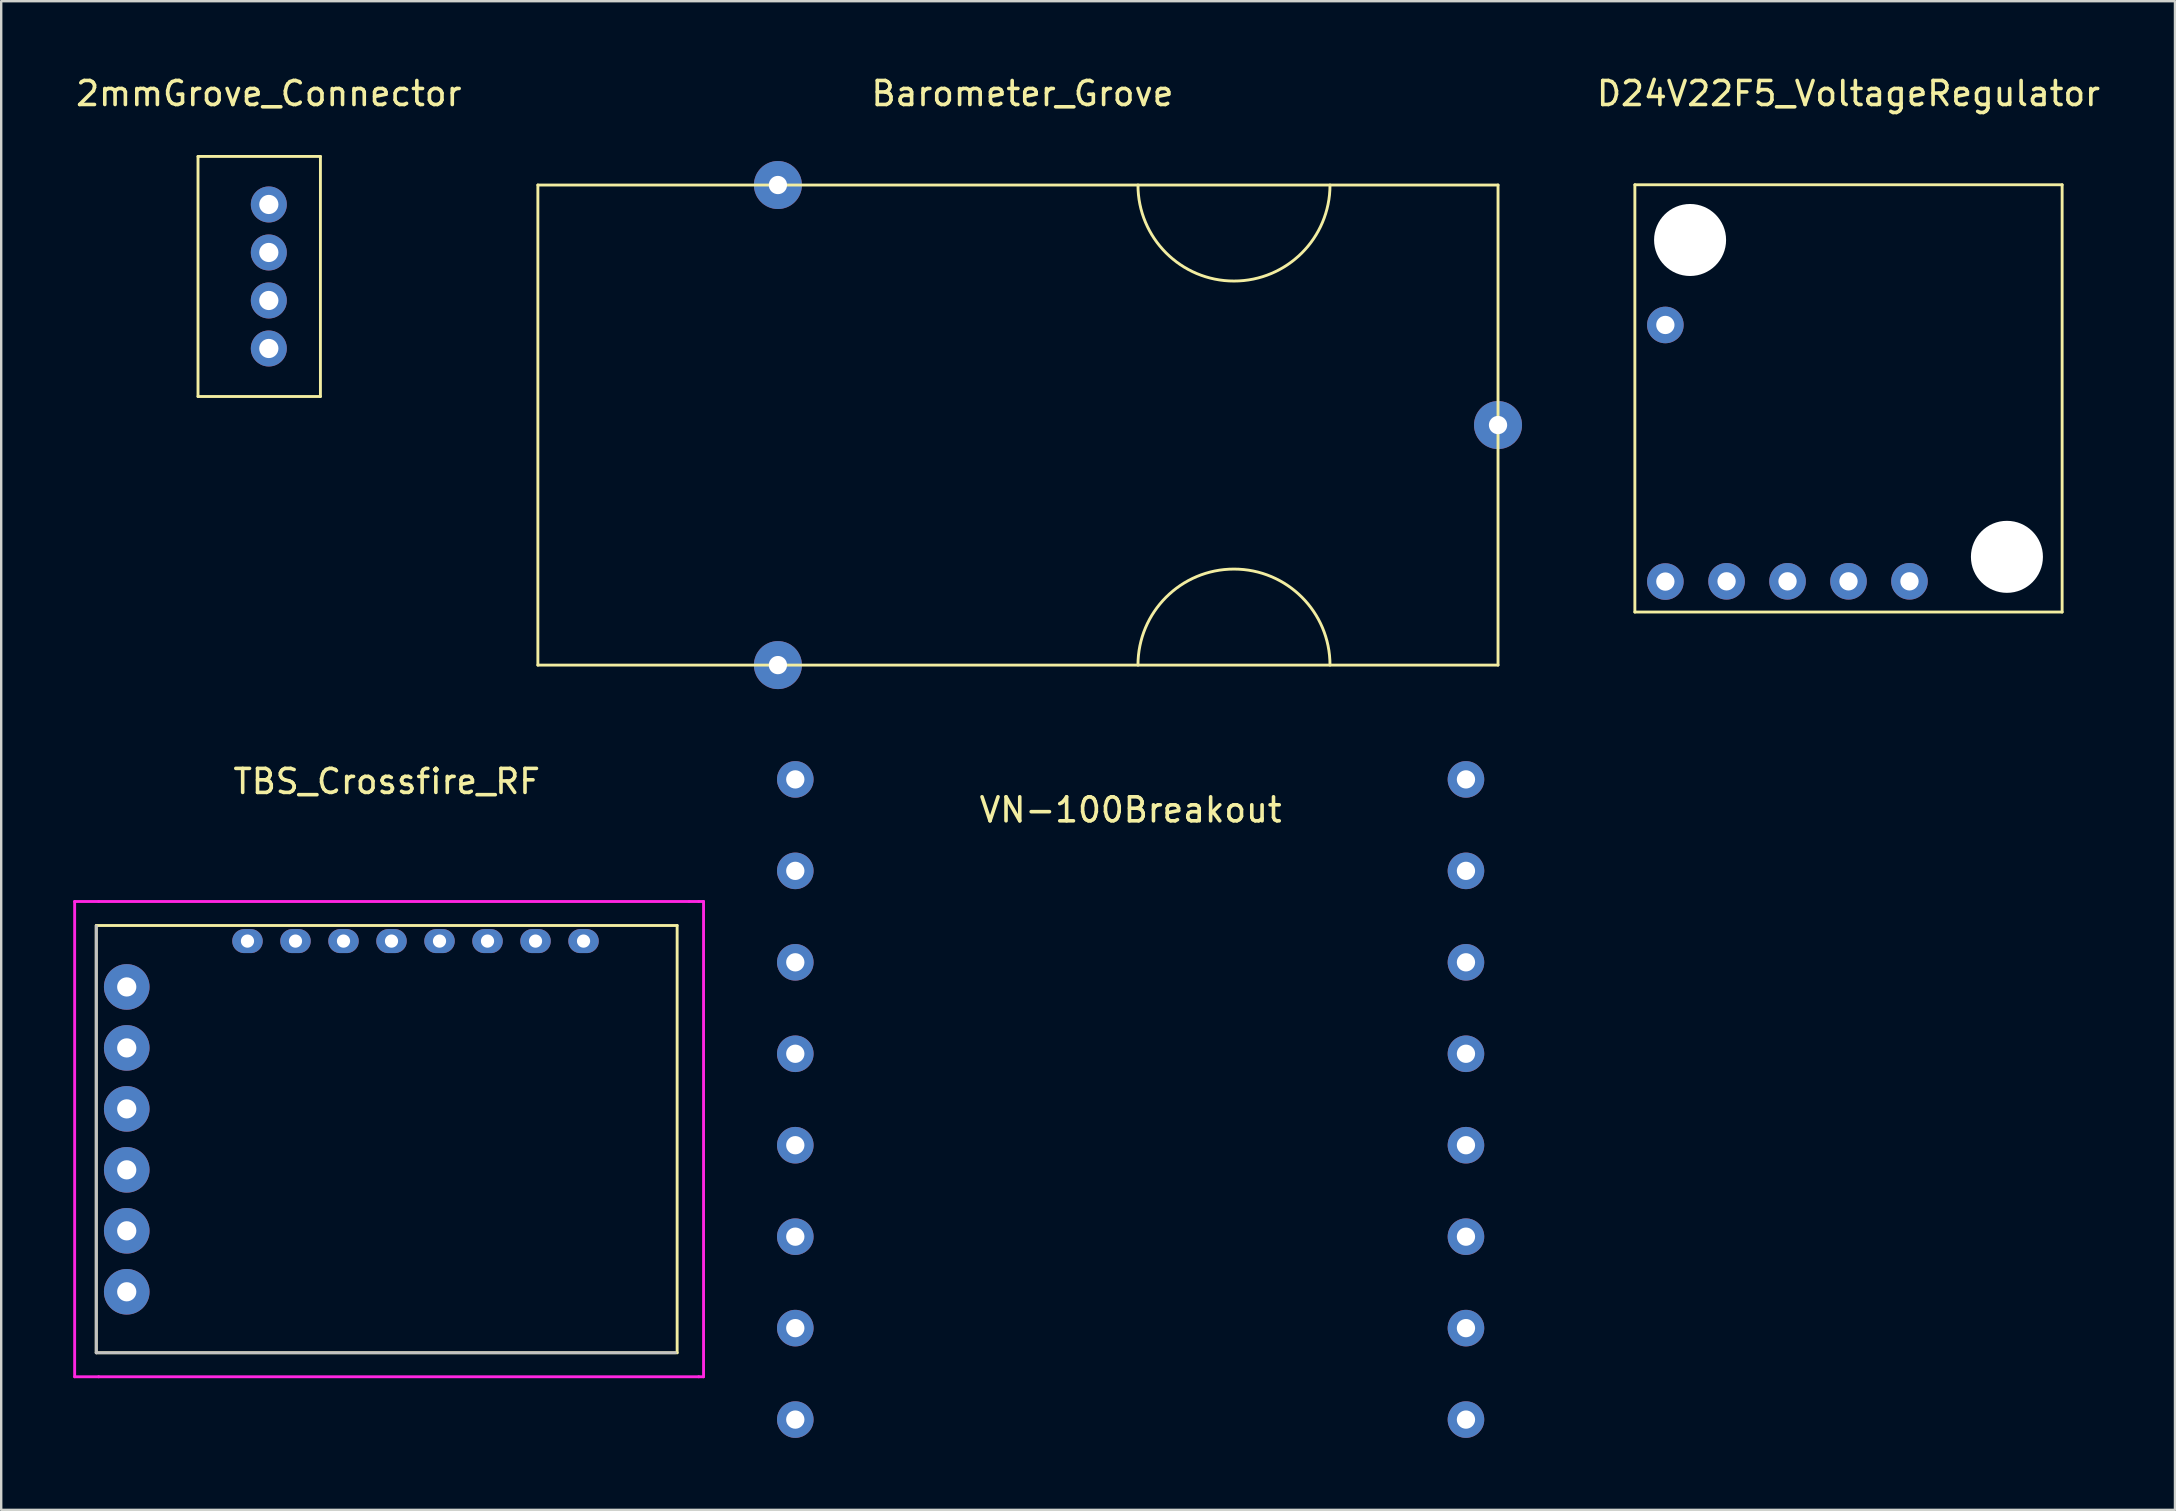
<source format=kicad_pcb>
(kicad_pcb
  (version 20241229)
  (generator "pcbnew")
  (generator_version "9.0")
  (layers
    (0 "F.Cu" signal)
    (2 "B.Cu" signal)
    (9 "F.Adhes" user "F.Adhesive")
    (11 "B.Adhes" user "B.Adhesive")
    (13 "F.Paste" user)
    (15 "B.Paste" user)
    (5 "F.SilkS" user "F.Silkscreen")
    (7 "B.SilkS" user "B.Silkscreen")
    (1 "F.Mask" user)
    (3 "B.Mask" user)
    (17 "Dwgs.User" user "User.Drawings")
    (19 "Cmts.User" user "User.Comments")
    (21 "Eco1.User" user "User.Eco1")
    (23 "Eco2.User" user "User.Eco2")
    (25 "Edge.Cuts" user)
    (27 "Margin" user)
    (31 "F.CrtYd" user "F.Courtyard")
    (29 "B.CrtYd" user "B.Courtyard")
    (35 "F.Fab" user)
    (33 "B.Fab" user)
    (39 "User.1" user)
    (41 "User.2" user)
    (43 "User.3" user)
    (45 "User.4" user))
  (footprint "VN-100Breakout"
    (layer "F.Cu")
    (at 44.052 42.12)
    (property "Reference" "VN-100Breakout" (at 0 -11.43 0) (layer "F.SilkS") (effects (font (size 1 1) (thickness 0.15))))
    (attr through_hole)
    (pad "1" thru_hole circle (at -13.97 -12.7) (size 1.524 1.524) (drill 0.762) (layers "*.Cu" "*.Mask"))
    (pad "2" thru_hole circle (at -13.97 -8.89) (size 1.524 1.524) (drill 0.762) (layers "*.Cu" "*.Mask"))
    (pad "3" thru_hole circle (at -13.97 -5.08) (size 1.524 1.524) (drill 0.762) (layers "*.Cu" "*.Mask"))
    (pad "4" thru_hole circle (at -13.97 -1.27) (size 1.524 1.524) (drill 0.762) (layers "*.Cu" "*.Mask"))
    (pad "5" thru_hole circle (at -13.97 2.54) (size 1.524 1.524) (drill 0.762) (layers "*.Cu" "*.Mask"))
    (pad "6" thru_hole circle (at -13.97 6.35) (size 1.524 1.524) (drill 0.762) (layers "*.Cu" "*.Mask"))
    (pad "7" thru_hole circle (at -13.97 10.16) (size 1.524 1.524) (drill 0.762) (layers "*.Cu" "*.Mask"))
    (pad "8" thru_hole circle (at -13.97 13.97) (size 1.524 1.524) (drill 0.762) (layers "*.Cu" "*.Mask"))
    (pad "9" thru_hole circle (at 13.97 13.97) (size 1.524 1.524) (drill 0.762) (layers "*.Cu" "*.Mask"))
    (pad "10" thru_hole circle (at 13.97 10.16) (size 1.524 1.524) (drill 0.762) (layers "*.Cu" "*.Mask"))
    (pad "11" thru_hole circle (at 13.97 6.35) (size 1.524 1.524) (drill 0.762) (layers "*.Cu" "*.Mask"))
    (pad "12" thru_hole circle (at 13.97 2.54) (size 1.524 1.524) (drill 0.762) (layers "*.Cu" "*.Mask"))
    (pad "13" thru_hole circle (at 13.97 -1.27) (size 1.524 1.524) (drill 0.762) (layers "*.Cu" "*.Mask"))
    (pad "14" thru_hole circle (at 13.97 -5.08) (size 1.524 1.524) (drill 0.762) (layers "*.Cu" "*.Mask"))
    (pad "15" thru_hole circle (at 13.97 -8.89) (size 1.524 1.524) (drill 0.762) (layers "*.Cu" "*.Mask"))
    (pad "16" thru_hole circle (at 13.97 -12.7) (size 1.524 1.524) (drill 0.762) (layers "*.Cu" "*.Mask")))
  (footprint "TBS_Crossfire_RF"
    (layer "F.Cu")
    (at 13.06 44.106)
    (property "Reference" "TBS_Crossfire_RF" (at 0 -14.6 0) (layer "F.SilkS") (effects (font (size 1 1) (thickness 0.15))))
    (attr through_hole)
    (fp_line (start -12.1 -8.6) (end 12.1 -8.6) (stroke (width 0.12) (type solid)) (layer "F.SilkS"))
    (fp_line (start -12.1 9.2) (end -12.1 -8.6) (stroke (width 0.12) (type solid)) (layer "F.SilkS"))
    (fp_line (start 12.1 -8.6) (end 12.1 9.2) (stroke (width 0.12) (type solid)) (layer "F.SilkS"))
    (fp_line (start 12.1 9.2) (end -12.1 9.2) (stroke (width 0.12) (type solid)) (layer "F.SilkS"))
    (fp_line (start -12.1 9.2) (end -12.1 -8.58) (stroke (width 0.12) (type solid)) (layer "Dwgs.User"))
    (fp_line (start 12.03 9.2) (end -12.1 9.2) (stroke (width 0.12) (type solid)) (layer "Dwgs.User"))
    (fp_line (start -13 -9.6) (end -12 -9.6) (stroke (width 0.12) (type solid)) (layer "F.CrtYd"))
    (fp_line (start -13 10.2) (end -13 -9.6) (stroke (width 0.12) (type solid)) (layer "F.CrtYd"))
    (fp_line (start -12 -9.6) (end 12.6 -9.6) (stroke (width 0.12) (type solid)) (layer "F.CrtYd"))
    (fp_line (start -12 10.2) (end -13 10.2) (stroke (width 0.12) (type solid)) (layer "F.CrtYd"))
    (fp_line (start -12 10.2) (end 13 10.2) (stroke (width 0.12) (type solid)) (layer "F.CrtYd"))
    (fp_line (start 13 -9.6) (end 12.6 -9.6) (stroke (width 0.12) (type solid)) (layer "F.CrtYd"))
    (fp_line (start 13 -9.6) (end 13.2 -9.6) (stroke (width 0.12) (type solid)) (layer "F.CrtYd"))
    (fp_line (start 13 10.2) (end 13.2 10.2) (stroke (width 0.12) (type solid)) (layer "F.CrtYd"))
    (fp_line (start 13.2 10.2) (end 13.2 -9.6) (stroke (width 0.12) (type solid)) (layer "F.CrtYd"))
    (pad "1" thru_hole circle (at -10.83 6.66) (size 1.9 1.9) (drill 0.8) (layers "*.Cu" "*.Mask"))
    (pad "2" thru_hole circle (at -10.83 4.12) (size 1.9 1.9) (drill 0.8) (layers "*.Cu" "*.Mask"))
    (pad "3" thru_hole circle (at -10.83 1.58) (size 1.9 1.9) (drill 0.8) (layers "*.Cu" "*.Mask"))
    (pad "4" thru_hole circle (at -10.83 -0.96) (size 1.9 1.9) (drill 0.8) (layers "*.Cu" "*.Mask"))
    (pad "5" thru_hole circle (at -10.83 -3.5) (size 1.9 1.9) (drill 0.8) (layers "*.Cu" "*.Mask"))
    (pad "6" thru_hole circle (at -10.83 -6.04) (size 1.9 1.9) (drill 0.8) (layers "*.Cu" "*.Mask"))
    (pad "7" thru_hole oval (at -5.8 -7.95) (size 1.27 1) (drill 0.55) (layers "*.Cu" "*.Mask"))
    (pad "8" thru_hole oval (at -3.8 -7.95) (size 1.27 1) (drill 0.55) (layers "*.Cu" "*.Mask"))
    (pad "9" thru_hole oval (at -1.8 -7.95) (size 1.27 1) (drill 0.55) (layers "*.Cu" "*.Mask"))
    (pad "10" thru_hole oval (at 0.2 -7.95) (size 1.27 1) (drill 0.55) (layers "*.Cu" "*.Mask"))
    (pad "11" thru_hole oval (at 2.2 -7.95) (size 1.27 1) (drill 0.55) (layers "*.Cu" "*.Mask"))
    (pad "12" thru_hole oval (at 4.2 -7.95) (size 1.27 1) (drill 0.55) (layers "*.Cu" "*.Mask"))
    (pad "13" thru_hole oval (at 6.2 -7.95) (size 1.27 1) (drill 0.55) (layers "*.Cu" "*.Mask"))
    (pad "14" thru_hole oval (at 8.2 -7.95) (size 1.27 1) (drill 0.55) (layers "*.Cu" "*.Mask")))
  (footprint "2mmGrove_Connector"
    (layer "F.Cu")
    (at 8.149 8.468)
    (property "Reference" "2mmGrove_Connector" (at 0 -7.62 0) (layer "F.SilkS") (effects (font (size 1 1) (thickness 0.15))))
    (attr through_hole)
    (fp_line (start -2.95 -5) (end -2.95 5) (stroke (width 0.12) (type solid)) (layer "F.SilkS"))
    (fp_line (start 2.15 -5) (end -2.95 -5) (stroke (width 0.12) (type solid)) (layer "F.SilkS"))
    (fp_line (start 2.15 -5) (end 2.15 5) (stroke (width 0.12) (type solid)) (layer "F.SilkS"))
    (fp_line (start 2.15 5) (end -2.95 5) (stroke (width 0.12) (type solid)) (layer "F.SilkS"))
    (pad "1" thru_hole circle (at 0 -3) (size 1.5 1.5) (drill 0.8) (layers "*.Cu" "*.Mask"))
    (pad "2" thru_hole circle (at 0 -1) (size 1.5 1.5) (drill 0.8) (layers "*.Cu" "*.Mask"))
    (pad "3" thru_hole circle (at 0 1) (size 1.5 1.5) (drill 0.8) (layers "*.Cu" "*.Mask"))
    (pad "4" thru_hole circle (at 0 3) (size 1.5 1.5) (drill 0.8) (layers "*.Cu" "*.Mask")))
  (footprint "Barometer_Grove"
    (layer "F.Cu")
    (at 59.358 4.658)
    (property "Reference" "Barometer_Grove" (at -19.812 -3.81 0) (layer "F.SilkS") (effects (font (size 1 1) (thickness 0.15))))
    (attr through_hole)
    (fp_line (start -40 0) (end -40 20) (stroke (width 0.12) (type solid)) (layer "F.SilkS"))
    (fp_line (start -40 0) (end 0 0) (stroke (width 0.12) (type solid)) (layer "F.SilkS"))
    (fp_line (start 0 0) (end 0 20) (stroke (width 0.12) (type solid)) (layer "F.SilkS"))
    (fp_line (start 0 20) (end -40 20) (stroke (width 0.12) (type solid)) (layer "F.SilkS"))
    (fp_arc (start -15 20) (mid -11 16) (end -7 20) (stroke (width 0.12) (type solid)) (layer "F.SilkS"))
    (fp_arc (start -7 0) (mid -11 4) (end -15 0) (stroke (width 0.12) (type solid)) (layer "F.SilkS"))
    (pad "" np_thru_hole circle (at -30 0) (size 2 2) (drill 0.762) (layers "*.Cu" "*.Mask"))
    (pad "" np_thru_hole circle (at -30 20) (size 2 2) (drill 0.762) (layers "*.Cu" "*.Mask"))
    (pad "" np_thru_hole circle (at 0 10) (size 2 2) (drill 0.762) (layers "*.Cu" "*.Mask")))
  (footprint "D24V22F5_VoltageRegulator"
    (layer "F.Cu")
    (at 73.959 13.548)
    (property "Reference" "D24V22F5_VoltageRegulator" (at 0 -12.7 0) (layer "F.SilkS") (effects (font (size 1 1) (thickness 0.15))))
    (attr through_hole)
    (fp_line (start -8.9 8.9) (end -8.9 -8.9) (stroke (width 0.12) (type solid)) (layer "F.SilkS"))
    (fp_line (start 8.9 -8.9) (end -8.9 -8.9) (stroke (width 0.12) (type solid)) (layer "F.SilkS"))
    (fp_line (start 8.9 8.9) (end -8.9 8.9) (stroke (width 0.12) (type solid)) (layer "F.SilkS"))
    (fp_line (start 8.9 8.9) (end 8.9 -8.9) (stroke (width 0.12) (type solid)) (layer "F.SilkS"))
    (pad "" np_thru_hole circle (at -6.6 -6.6) (size 3 3) (drill 3) (layers "*.Cu" "*.Mask"))
    (pad "" np_thru_hole circle (at 6.6 6.6) (size 3 3) (drill 3) (layers "*.Cu" "*.Mask"))
    (pad "1" thru_hole circle (at -7.63 7.63) (size 1.524 1.524) (drill 0.762) (layers "*.Cu" "*.Mask"))
    (pad "2" thru_hole circle (at -5.08 7.62) (size 1.524 1.524) (drill 0.762) (layers "*.Cu" "*.Mask"))
    (pad "3" thru_hole circle (at -2.54 7.62) (size 1.524 1.524) (drill 0.762) (layers "*.Cu" "*.Mask"))
    (pad "4" thru_hole circle (at 0 7.62) (size 1.524 1.524) (drill 0.762) (layers "*.Cu" "*.Mask"))
    (pad "5" thru_hole circle (at 2.54 7.62) (size 1.524 1.524) (drill 0.762) (layers "*.Cu" "*.Mask"))
    (pad "6" thru_hole circle (at -7.63 -3.06) (size 1.524 1.524) (drill 0.762) (layers "*.Cu" "*.Mask")))
  (gr_rect
    (start -3 -3)
    (end 87.56 59.852)
    (stroke (width 0.1) (type default))
    (fill no)
    (layer "Edge.Cuts")))
</source>
